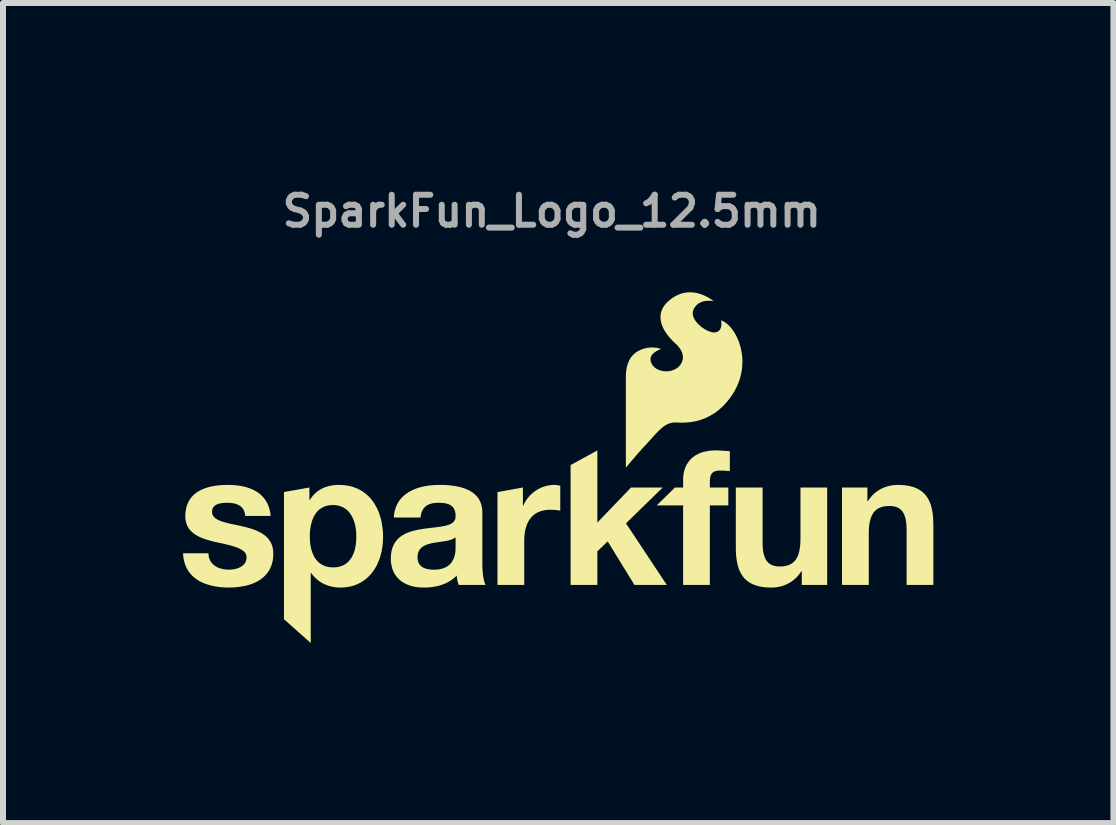
<source format=kicad_pcb>
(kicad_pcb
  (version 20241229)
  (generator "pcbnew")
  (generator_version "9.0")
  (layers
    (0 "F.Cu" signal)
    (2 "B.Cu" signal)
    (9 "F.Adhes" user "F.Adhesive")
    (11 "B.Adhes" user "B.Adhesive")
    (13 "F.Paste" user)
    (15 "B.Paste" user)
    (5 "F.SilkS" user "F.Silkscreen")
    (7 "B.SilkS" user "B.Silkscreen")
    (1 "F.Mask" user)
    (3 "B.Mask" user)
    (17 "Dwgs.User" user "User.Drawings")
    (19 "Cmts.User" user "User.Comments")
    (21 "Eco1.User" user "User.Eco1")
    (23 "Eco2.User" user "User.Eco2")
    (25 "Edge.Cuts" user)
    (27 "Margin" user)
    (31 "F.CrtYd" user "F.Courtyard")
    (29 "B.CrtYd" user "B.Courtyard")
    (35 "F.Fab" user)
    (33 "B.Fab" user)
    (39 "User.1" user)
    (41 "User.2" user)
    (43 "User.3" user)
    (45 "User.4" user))
  (footprint "SparkFun_Logo_12.5mm"
    (layer "F.Cu")
    (at 6.143 5.792)
    (property "Reference" "SparkFun_Logo_12.5mm" (at 0 -5.324 0) (layer "F.Fab") (effects (font (size 0.5 0.5) (thickness 0.1))))
    (attr board_only exclude_from_pos_files exclude_from_bom)
    (fp_poly (pts (xy 0.759 -0.136) (xy 1.32 -0.72) (xy 1.848 -0.72) (xy 1.236 -0.123) (xy 1.916 0.903) (xy 1.377 0.903) (xy 0.931 0.178) (xy 0.759 0.344) (xy 0.759 0.903) (xy 0.313 0.903) (xy 0.313 -1.094) (xy 0.759 -1.338)) (stroke (width 0) (type solid)) (fill yes) (layer "F.SilkS"))
    (fp_poly (pts (xy 0.05 -0.764) (xy 0.056 -0.763) (xy 0.062 -0.763) (xy 0.069 -0.762) (xy 0.081 -0.761) (xy 0.093 -0.759) (xy 0.105 -0.757) (xy 0.117 -0.754) (xy 0.129 -0.751) (xy 0.141 -0.748) (xy 0.141 -0.334) (xy 0.124 -0.337) (xy 0.106 -0.34) (xy 0.086 -0.343) (xy 0.065 -0.345) (xy 0.044 -0.347) (xy 0.022 -0.348) (xy 0.001 -0.349) (xy -0.019 -0.349) (xy -0.05 -0.349) (xy -0.079 -0.347) (xy -0.106 -0.343) (xy -0.133 -0.339) (xy -0.158 -0.333) (xy -0.182 -0.326) (xy -0.205 -0.318) (xy -0.227 -0.308) (xy -0.248 -0.298) (xy -0.267 -0.287) (xy -0.286 -0.274) (xy -0.303 -0.261) (xy -0.32 -0.246) (xy -0.335 -0.231) (xy -0.349 -0.214) (xy -0.363 -0.197) (xy -0.375 -0.179) (xy -0.387 -0.16) (xy -0.397 -0.14) (xy -0.407 -0.12) (xy -0.415 -0.099) (xy -0.423 -0.077) (xy -0.43 -0.055) (xy -0.437 -0.031) (xy -0.442 -0.008) (xy -0.447 0.016) (xy -0.454 0.066) (xy -0.458 0.118) (xy -0.459 0.172) (xy -0.459 0.903) (xy -0.905 0.903) (xy -0.905 -0.644) (xy -0.481 -0.72) (xy -0.481 -0.418) (xy -0.475 -0.418) (xy -0.466 -0.437) (xy -0.457 -0.456) (xy -0.448 -0.474) (xy -0.437 -0.492) (xy -0.426 -0.509) (xy -0.415 -0.526) (xy -0.402 -0.542) (xy -0.389 -0.558) (xy -0.376 -0.574) (xy -0.362 -0.589) (xy -0.347 -0.603) (xy -0.332 -0.617) (xy -0.317 -0.631) (xy -0.301 -0.644) (xy -0.284 -0.656) (xy -0.267 -0.667) (xy -0.25 -0.679) (xy -0.233 -0.689) (xy -0.215 -0.699) (xy -0.196 -0.708) (xy -0.178 -0.717) (xy -0.159 -0.725) (xy -0.139 -0.732) (xy -0.12 -0.738) (xy -0.1 -0.744) (xy -0.08 -0.749) (xy -0.06 -0.754) (xy -0.04 -0.757) (xy -0.019 -0.76) (xy 0.002 -0.762) (xy 0.022 -0.763) (xy 0.043 -0.764)) (stroke (width 0) (type solid)) (fill yes) (layer "F.SilkS"))
    (fp_poly (pts (xy 2.76 -1.338) (xy 2.79 -1.336) (xy 2.82 -1.335) (xy 2.85 -1.333) (xy 2.909 -1.329) (xy 2.938 -1.327) (xy 2.966 -1.325) (xy 2.966 -0.993) (xy 2.946 -0.995) (xy 2.926 -0.997) (xy 2.905 -0.999) (xy 2.885 -1) (xy 2.864 -1.001) (xy 2.843 -1.002) (xy 2.823 -1.002) (xy 2.803 -1.002) (xy 2.781 -1.002) (xy 2.771 -1.001) (xy 2.761 -1) (xy 2.751 -0.998) (xy 2.742 -0.997) (xy 2.733 -0.995) (xy 2.725 -0.992) (xy 2.717 -0.99) (xy 2.709 -0.986) (xy 2.702 -0.983) (xy 2.696 -0.979) (xy 2.689 -0.975) (xy 2.683 -0.97) (xy 2.678 -0.966) (xy 2.672 -0.96) (xy 2.667 -0.954) (xy 2.663 -0.948) (xy 2.659 -0.942) (xy 2.655 -0.935) (xy 2.651 -0.928) (xy 2.648 -0.92) (xy 2.645 -0.911) (xy 2.643 -0.903) (xy 2.64 -0.894) (xy 2.639 -0.884) (xy 2.637 -0.874) (xy 2.636 -0.864) (xy 2.634 -0.841) (xy 2.633 -0.817) (xy 2.633 -0.72) (xy 2.941 -0.72) (xy 2.941 -0.422) (xy 2.633 -0.422) (xy 2.633 0.903) (xy 2.188 0.903) (xy 2.188 -0.422) (xy 1.748 -0.422) (xy 2.052 -0.72) (xy 2.188 -0.72) (xy 2.188 -0.845) (xy 2.188 -0.872) (xy 2.19 -0.898) (xy 2.192 -0.924) (xy 2.196 -0.949) (xy 2.201 -0.974) (xy 2.207 -0.998) (xy 2.213 -1.021) (xy 2.221 -1.044) (xy 2.23 -1.066) (xy 2.24 -1.087) (xy 2.251 -1.108) (xy 2.264 -1.128) (xy 2.277 -1.147) (xy 2.291 -1.165) (xy 2.306 -1.183) (xy 2.323 -1.2) (xy 2.34 -1.216) (xy 2.359 -1.231) (xy 2.378 -1.245) (xy 2.399 -1.258) (xy 2.421 -1.27) (xy 2.444 -1.282) (xy 2.467 -1.292) (xy 2.492 -1.302) (xy 2.518 -1.31) (xy 2.545 -1.317) (xy 2.574 -1.323) (xy 2.603 -1.329) (xy 2.633 -1.333) (xy 2.665 -1.336) (xy 2.697 -1.337) (xy 2.731 -1.338)) (stroke (width 0) (type solid)) (fill yes) (layer "F.SilkS"))
    (fp_poly (pts (xy 3.512 0.197) (xy 3.513 0.245) (xy 3.516 0.29) (xy 3.52 0.333) (xy 3.527 0.372) (xy 3.536 0.407) (xy 3.547 0.44) (xy 3.553 0.455) (xy 3.56 0.47) (xy 3.568 0.483) (xy 3.576 0.496) (xy 3.585 0.508) (xy 3.594 0.519) (xy 3.604 0.53) (xy 3.615 0.54) (xy 3.626 0.548) (xy 3.638 0.557) (xy 3.651 0.564) (xy 3.664 0.571) (xy 3.678 0.576) (xy 3.693 0.581) (xy 3.708 0.586) (xy 3.725 0.589) (xy 3.742 0.592) (xy 3.759 0.594) (xy 3.778 0.595) (xy 3.797 0.595) (xy 3.82 0.595) (xy 3.841 0.594) (xy 3.862 0.592) (xy 3.882 0.589) (xy 3.901 0.585) (xy 3.919 0.581) (xy 3.937 0.575) (xy 3.953 0.569) (xy 3.969 0.562) (xy 3.985 0.554) (xy 3.999 0.545) (xy 4.013 0.535) (xy 4.026 0.524) (xy 4.038 0.513) (xy 4.05 0.5) (xy 4.061 0.487) (xy 4.071 0.472) (xy 4.08 0.457) (xy 4.089 0.44) (xy 4.097 0.423) (xy 4.105 0.404) (xy 4.111 0.385) (xy 4.117 0.364) (xy 4.123 0.342) (xy 4.127 0.32) (xy 4.131 0.296) (xy 4.135 0.271) (xy 4.138 0.245) (xy 4.14 0.218) (xy 4.141 0.19) (xy 4.143 0.131) (xy 4.143 -0.72) (xy 4.588 -0.72) (xy 4.588 0.903) (xy 4.165 0.903) (xy 4.165 0.677) (xy 4.155 0.677) (xy 4.144 0.694) (xy 4.133 0.71) (xy 4.121 0.726) (xy 4.109 0.742) (xy 4.097 0.756) (xy 4.084 0.771) (xy 4.07 0.784) (xy 4.057 0.797) (xy 4.042 0.81) (xy 4.028 0.822) (xy 4.013 0.833) (xy 3.998 0.844) (xy 3.967 0.864) (xy 3.936 0.881) (xy 3.903 0.897) (xy 3.869 0.91) (xy 3.835 0.922) (xy 3.8 0.931) (xy 3.765 0.938) (xy 3.73 0.943) (xy 3.695 0.946) (xy 3.659 0.947) (xy 3.616 0.946) (xy 3.574 0.944) (xy 3.535 0.94) (xy 3.498 0.935) (xy 3.462 0.928) (xy 3.428 0.92) (xy 3.397 0.91) (xy 3.367 0.899) (xy 3.338 0.887) (xy 3.312 0.873) (xy 3.287 0.858) (xy 3.263 0.841) (xy 3.241 0.824) (xy 3.221 0.805) (xy 3.202 0.785) (xy 3.185 0.763) (xy 3.169 0.741) (xy 3.154 0.717) (xy 3.141 0.692) (xy 3.129 0.667) (xy 3.118 0.64) (xy 3.108 0.612) (xy 3.1 0.583) (xy 3.092 0.552) (xy 3.08 0.489) (xy 3.072 0.423) (xy 3.067 0.352) (xy 3.066 0.279) (xy 3.066 -0.72) (xy 3.512 -0.72)) (stroke (width 0) (type solid)) (fill yes) (layer "F.SilkS"))
    (fp_poly (pts (xy 5.807 -0.763) (xy 5.848 -0.76) (xy 5.888 -0.757) (xy 5.925 -0.751) (xy 5.961 -0.744) (xy 5.994 -0.736) (xy 6.026 -0.727) (xy 6.056 -0.716) (xy 6.085 -0.703) (xy 6.111 -0.689) (xy 6.136 -0.674) (xy 6.16 -0.658) (xy 6.181 -0.64) (xy 6.202 -0.621) (xy 6.221 -0.601) (xy 6.238 -0.58) (xy 6.254 -0.557) (xy 6.269 -0.534) (xy 6.282 -0.509) (xy 6.294 -0.483) (xy 6.305 -0.456) (xy 6.315 -0.428) (xy 6.323 -0.399) (xy 6.331 -0.369) (xy 6.343 -0.306) (xy 6.351 -0.239) (xy 6.355 -0.169) (xy 6.357 -0.095) (xy 6.357 0.903) (xy 5.911 0.903) (xy 5.911 -0.013) (xy 5.91 -0.062) (xy 5.907 -0.107) (xy 5.903 -0.149) (xy 5.896 -0.188) (xy 5.887 -0.224) (xy 5.876 -0.257) (xy 5.87 -0.272) (xy 5.863 -0.286) (xy 5.855 -0.3) (xy 5.847 -0.313) (xy 5.838 -0.325) (xy 5.829 -0.336) (xy 5.819 -0.347) (xy 5.808 -0.356) (xy 5.797 -0.365) (xy 5.785 -0.373) (xy 5.772 -0.381) (xy 5.759 -0.387) (xy 5.745 -0.393) (xy 5.73 -0.398) (xy 5.714 -0.402) (xy 5.698 -0.406) (xy 5.681 -0.409) (xy 5.663 -0.41) (xy 5.645 -0.412) (xy 5.625 -0.412) (xy 5.603 -0.412) (xy 5.582 -0.41) (xy 5.561 -0.408) (xy 5.541 -0.406) (xy 5.522 -0.402) (xy 5.504 -0.397) (xy 5.486 -0.392) (xy 5.47 -0.386) (xy 5.454 -0.379) (xy 5.438 -0.371) (xy 5.424 -0.362) (xy 5.41 -0.352) (xy 5.397 -0.341) (xy 5.385 -0.33) (xy 5.373 -0.317) (xy 5.362 -0.303) (xy 5.352 -0.289) (xy 5.343 -0.273) (xy 5.334 -0.257) (xy 5.326 -0.239) (xy 5.319 -0.221) (xy 5.312 -0.201) (xy 5.306 -0.181) (xy 5.3 -0.159) (xy 5.296 -0.136) (xy 5.292 -0.113) (xy 5.288 -0.088) (xy 5.285 -0.062) (xy 5.283 -0.035) (xy 5.282 -0.007) (xy 5.281 0.053) (xy 5.281 0.903) (xy 4.835 0.903) (xy 4.835 -0.72) (xy 5.258 -0.72) (xy 5.258 -0.494) (xy 5.268 -0.494) (xy 5.279 -0.511) (xy 5.29 -0.527) (xy 5.302 -0.543) (xy 5.314 -0.558) (xy 5.326 -0.573) (xy 5.339 -0.587) (xy 5.353 -0.601) (xy 5.366 -0.614) (xy 5.38 -0.626) (xy 5.395 -0.638) (xy 5.41 -0.65) (xy 5.425 -0.66) (xy 5.455 -0.68) (xy 5.487 -0.698) (xy 5.52 -0.713) (xy 5.554 -0.727) (xy 5.588 -0.738) (xy 5.622 -0.747) (xy 5.658 -0.754) (xy 5.693 -0.759) (xy 5.728 -0.762) (xy 5.764 -0.763)) (stroke (width 0) (type solid)) (fill yes) (layer "F.SilkS"))
    (fp_poly (pts (xy -3.502 -0.762) (xy -3.456 -0.759) (xy -3.413 -0.753) (xy -3.371 -0.745) (xy -3.33 -0.735) (xy -3.292 -0.722) (xy -3.254 -0.708) (xy -3.219 -0.692) (xy -3.185 -0.674) (xy -3.152 -0.654) (xy -3.121 -0.632) (xy -3.092 -0.609) (xy -3.064 -0.584) (xy -3.037 -0.558) (xy -3.012 -0.53) (xy -2.989 -0.5) (xy -2.967 -0.469) (xy -2.947 -0.437) (xy -2.928 -0.404) (xy -2.91 -0.37) (xy -2.894 -0.334) (xy -2.879 -0.298) (xy -2.866 -0.26) (xy -2.855 -0.222) (xy -2.844 -0.183) (xy -2.835 -0.143) (xy -2.822 -0.061) (xy -2.813 0.023) (xy -2.811 0.109) (xy -2.814 0.19) (xy -2.822 0.269) (xy -2.836 0.347) (xy -2.855 0.423) (xy -2.88 0.495) (xy -2.91 0.565) (xy -2.928 0.598) (xy -2.946 0.63) (xy -2.967 0.661) (xy -2.988 0.69) (xy -3.011 0.719) (xy -3.035 0.746) (xy -3.061 0.772) (xy -3.088 0.796) (xy -3.117 0.819) (xy -3.147 0.84) (xy -3.178 0.859) (xy -3.211 0.877) (xy -3.245 0.893) (xy -3.28 0.907) (xy -3.317 0.919) (xy -3.356 0.929) (xy -3.395 0.937) (xy -3.437 0.942) (xy -3.479 0.946) (xy -3.523 0.947) (xy -3.56 0.946) (xy -3.596 0.943) (xy -3.632 0.938) (xy -3.667 0.931) (xy -3.702 0.922) (xy -3.735 0.912) (xy -3.768 0.899) (xy -3.8 0.885) (xy -3.83 0.868) (xy -3.86 0.85) (xy -3.888 0.83) (xy -3.915 0.808) (xy -3.941 0.784) (xy -3.965 0.759) (xy -3.988 0.732) (xy -4.01 0.702) (xy -4.016 0.702) (xy -4.016 1.871) (xy -4.462 1.474) (xy -4.462 0.096) (xy -4.032 0.096) (xy -4.03 0.146) (xy -4.027 0.194) (xy -4.021 0.242) (xy -4.012 0.288) (xy -4 0.333) (xy -3.985 0.375) (xy -3.967 0.415) (xy -3.957 0.434) (xy -3.946 0.453) (xy -3.934 0.47) (xy -3.921 0.487) (xy -3.907 0.503) (xy -3.893 0.518) (xy -3.877 0.532) (xy -3.861 0.545) (xy -3.844 0.557) (xy -3.825 0.568) (xy -3.806 0.577) (xy -3.786 0.586) (xy -3.765 0.593) (xy -3.742 0.6) (xy -3.719 0.605) (xy -3.695 0.608) (xy -3.669 0.61) (xy -3.642 0.611) (xy -3.616 0.61) (xy -3.59 0.608) (xy -3.566 0.605) (xy -3.542 0.6) (xy -3.52 0.593) (xy -3.498 0.586) (xy -3.478 0.577) (xy -3.459 0.568) (xy -3.441 0.557) (xy -3.424 0.545) (xy -3.407 0.532) (xy -3.392 0.518) (xy -3.378 0.503) (xy -3.364 0.487) (xy -3.352 0.47) (xy -3.34 0.453) (xy -3.329 0.434) (xy -3.319 0.415) (xy -3.31 0.395) (xy -3.302 0.375) (xy -3.294 0.354) (xy -3.287 0.333) (xy -3.281 0.311) (xy -3.276 0.288) (xy -3.267 0.242) (xy -3.261 0.194) (xy -3.258 0.146) (xy -3.257 0.096) (xy -3.258 0.048) (xy -3.262 -0.001) (xy -3.268 -0.049) (xy -3.277 -0.095) (xy -3.289 -0.141) (xy -3.304 -0.184) (xy -3.323 -0.225) (xy -3.333 -0.244) (xy -3.344 -0.263) (xy -3.356 -0.281) (xy -3.369 -0.299) (xy -3.382 -0.315) (xy -3.397 -0.331) (xy -3.412 -0.345) (xy -3.429 -0.359) (xy -3.446 -0.371) (xy -3.464 -0.382) (xy -3.483 -0.393) (xy -3.504 -0.402) (xy -3.525 -0.409) (xy -3.547 -0.416) (xy -3.57 -0.421) (xy -3.594 -0.425) (xy -3.619 -0.427) (xy -3.646 -0.428) (xy -3.672 -0.427) (xy -3.698 -0.425) (xy -3.723 -0.421) (xy -3.746 -0.416) (xy -3.768 -0.41) (xy -3.79 -0.402) (xy -3.81 -0.393) (xy -3.829 -0.383) (xy -3.847 -0.372) (xy -3.865 -0.359) (xy -3.881 -0.346) (xy -3.896 -0.331) (xy -3.91 -0.316) (xy -3.924 -0.3) (xy -3.936 -0.282) (xy -3.948 -0.264) (xy -3.959 -0.246) (xy -3.969 -0.226) (xy -3.978 -0.206) (xy -3.987 -0.185) (xy -3.994 -0.164) (xy -4.001 -0.142) (xy -4.007 -0.119) (xy -4.012 -0.097) (xy -4.021 -0.05) (xy -4.027 -0.002) (xy -4.031 0.047) (xy -4.032 0.096) (xy -4.462 0.096) (xy -4.462 -0.644) (xy -4.038 -0.72) (xy -4.038 -0.513) (xy -4.032 -0.513) (xy -4.021 -0.529) (xy -4.01 -0.544) (xy -3.999 -0.559) (xy -3.988 -0.574) (xy -3.976 -0.588) (xy -3.963 -0.601) (xy -3.951 -0.614) (xy -3.938 -0.626) (xy -3.925 -0.638) (xy -3.911 -0.649) (xy -3.898 -0.659) (xy -3.883 -0.669) (xy -3.869 -0.679) (xy -3.854 -0.688) (xy -3.839 -0.696) (xy -3.824 -0.704) (xy -3.809 -0.711) (xy -3.793 -0.718) (xy -3.761 -0.73) (xy -3.727 -0.741) (xy -3.693 -0.749) (xy -3.658 -0.755) (xy -3.622 -0.76) (xy -3.586 -0.763) (xy -3.548 -0.763)) (stroke (width 0) (type solid)) (fill yes) (layer "F.SilkS"))
    (fp_poly (pts (xy -1.808 -0.763) (xy -1.746 -0.76) (xy -1.684 -0.754) (xy -1.622 -0.746) (xy -1.561 -0.735) (xy -1.502 -0.72) (xy -1.446 -0.702) (xy -1.392 -0.679) (xy -1.367 -0.666) (xy -1.342 -0.651) (xy -1.319 -0.636) (xy -1.297 -0.619) (xy -1.277 -0.601) (xy -1.257 -0.582) (xy -1.239 -0.561) (xy -1.223 -0.539) (xy -1.208 -0.515) (xy -1.195 -0.489) (xy -1.184 -0.462) (xy -1.174 -0.434) (xy -1.167 -0.404) (xy -1.161 -0.372) (xy -1.158 -0.338) (xy -1.157 -0.302) (xy -1.157 0.542) (xy -1.156 0.597) (xy -1.154 0.652) (xy -1.15 0.704) (xy -1.144 0.753) (xy -1.14 0.777) (xy -1.136 0.799) (xy -1.132 0.82) (xy -1.127 0.84) (xy -1.121 0.858) (xy -1.115 0.875) (xy -1.108 0.89) (xy -1.101 0.903) (xy -1.552 0.903) (xy -1.558 0.884) (xy -1.563 0.865) (xy -1.568 0.845) (xy -1.573 0.826) (xy -1.577 0.806) (xy -1.58 0.786) (xy -1.583 0.766) (xy -1.584 0.746) (xy -1.611 0.773) (xy -1.64 0.797) (xy -1.67 0.82) (xy -1.701 0.84) (xy -1.733 0.858) (xy -1.766 0.875) (xy -1.8 0.889) (xy -1.835 0.902) (xy -1.87 0.913) (xy -1.906 0.922) (xy -1.943 0.93) (xy -1.98 0.936) (xy -2.017 0.941) (xy -2.055 0.944) (xy -2.093 0.946) (xy -2.13 0.947) (xy -2.188 0.945) (xy -2.243 0.94) (xy -2.297 0.931) (xy -2.348 0.918) (xy -2.372 0.91) (xy -2.396 0.901) (xy -2.419 0.892) (xy -2.442 0.881) (xy -2.463 0.869) (xy -2.484 0.857) (xy -2.504 0.843) (xy -2.523 0.829) (xy -2.541 0.813) (xy -2.558 0.797) (xy -2.574 0.779) (xy -2.59 0.761) (xy -2.604 0.741) (xy -2.617 0.721) (xy -2.629 0.699) (xy -2.64 0.677) (xy -2.65 0.653) (xy -2.658 0.629) (xy -2.665 0.603) (xy -2.671 0.577) (xy -2.676 0.549) (xy -2.68 0.521) (xy -2.682 0.491) (xy -2.682 0.46) (xy -2.681 0.442) (xy -2.237 0.442) (xy -2.237 0.457) (xy -2.236 0.471) (xy -2.234 0.485) (xy -2.231 0.498) (xy -2.228 0.51) (xy -2.224 0.522) (xy -2.22 0.533) (xy -2.215 0.543) (xy -2.209 0.553) (xy -2.203 0.562) (xy -2.196 0.571) (xy -2.189 0.579) (xy -2.181 0.587) (xy -2.173 0.594) (xy -2.164 0.6) (xy -2.155 0.607) (xy -2.145 0.612) (xy -2.135 0.617) (xy -2.124 0.622) (xy -2.114 0.626) (xy -2.103 0.63) (xy -2.091 0.634) (xy -2.079 0.637) (xy -2.067 0.639) (xy -2.043 0.644) (xy -2.017 0.647) (xy -1.99 0.648) (xy -1.964 0.649) (xy -1.932 0.648) (xy -1.902 0.646) (xy -1.874 0.642) (xy -1.848 0.637) (xy -1.824 0.631) (xy -1.801 0.623) (xy -1.78 0.614) (xy -1.76 0.605) (xy -1.742 0.594) (xy -1.726 0.582) (xy -1.71 0.57) (xy -1.696 0.557) (xy -1.684 0.544) (xy -1.672 0.529) (xy -1.662 0.515) (xy -1.653 0.5) (xy -1.644 0.484) (xy -1.637 0.469) (xy -1.631 0.453) (xy -1.625 0.438) (xy -1.616 0.406) (xy -1.61 0.376) (xy -1.606 0.347) (xy -1.604 0.32) (xy -1.603 0.275) (xy -1.603 0.109) (xy -1.61 0.115) (xy -1.618 0.121) (xy -1.626 0.126) (xy -1.635 0.131) (xy -1.653 0.14) (xy -1.673 0.148) (xy -1.694 0.155) (xy -1.717 0.161) (xy -1.74 0.167) (xy -1.764 0.171) (xy -1.973 0.203) (xy -1.999 0.208) (xy -2.024 0.214) (xy -2.049 0.221) (xy -2.073 0.228) (xy -2.096 0.237) (xy -2.117 0.247) (xy -2.138 0.258) (xy -2.148 0.264) (xy -2.157 0.271) (xy -2.166 0.278) (xy -2.174 0.285) (xy -2.182 0.293) (xy -2.19 0.301) (xy -2.197 0.31) (xy -2.204 0.319) (xy -2.21 0.329) (xy -2.215 0.339) (xy -2.22 0.35) (xy -2.225 0.361) (xy -2.228 0.373) (xy -2.231 0.386) (xy -2.234 0.399) (xy -2.236 0.412) (xy -2.237 0.427) (xy -2.237 0.442) (xy -2.681 0.442) (xy -2.679 0.395) (xy -2.669 0.335) (xy -2.654 0.281) (xy -2.634 0.233) (xy -2.608 0.19) (xy -2.579 0.153) (xy -2.546 0.119) (xy -2.509 0.09) (xy -2.469 0.065) (xy -2.426 0.043) (xy -2.38 0.025) (xy -2.333 0.009) (xy -2.285 -0.004) (xy -2.235 -0.015) (xy -2.133 -0.033) (xy -1.935 -0.057) (xy -1.844 -0.069) (xy -1.763 -0.085) (xy -1.727 -0.096) (xy -1.695 -0.108) (xy -1.667 -0.123) (xy -1.644 -0.141) (xy -1.625 -0.162) (xy -1.612 -0.186) (xy -1.604 -0.214) (xy -1.603 -0.246) (xy -1.603 -0.263) (xy -1.604 -0.279) (xy -1.606 -0.295) (xy -1.609 -0.309) (xy -1.612 -0.323) (xy -1.616 -0.336) (xy -1.621 -0.348) (xy -1.626 -0.359) (xy -1.632 -0.37) (xy -1.638 -0.38) (xy -1.645 -0.389) (xy -1.653 -0.398) (xy -1.661 -0.406) (xy -1.67 -0.413) (xy -1.679 -0.42) (xy -1.688 -0.426) (xy -1.699 -0.432) (xy -1.709 -0.437) (xy -1.72 -0.442) (xy -1.731 -0.446) (xy -1.743 -0.449) (xy -1.755 -0.452) (xy -1.768 -0.455) (xy -1.78 -0.458) (xy -1.807 -0.461) (xy -1.834 -0.464) (xy -1.862 -0.465) (xy -1.892 -0.466) (xy -1.923 -0.465) (xy -1.953 -0.462) (xy -1.982 -0.458) (xy -2.008 -0.452) (xy -2.021 -0.448) (xy -2.033 -0.444) (xy -2.045 -0.439) (xy -2.057 -0.434) (xy -2.068 -0.429) (xy -2.078 -0.423) (xy -2.088 -0.416) (xy -2.098 -0.409) (xy -2.107 -0.401) (xy -2.116 -0.393) (xy -2.124 -0.384) (xy -2.132 -0.375) (xy -2.139 -0.365) (xy -2.146 -0.355) (xy -2.152 -0.344) (xy -2.158 -0.333) (xy -2.164 -0.321) (xy -2.168 -0.308) (xy -2.173 -0.295) (xy -2.177 -0.281) (xy -2.18 -0.267) (xy -2.183 -0.252) (xy -2.185 -0.237) (xy -2.187 -0.22) (xy -2.632 -0.22) (xy -2.629 -0.258) (xy -2.624 -0.295) (xy -2.617 -0.33) (xy -2.607 -0.363) (xy -2.597 -0.394) (xy -2.584 -0.424) (xy -2.57 -0.453) (xy -2.554 -0.48) (xy -2.537 -0.506) (xy -2.518 -0.53) (xy -2.498 -0.553) (xy -2.476 -0.574) (xy -2.453 -0.594) (xy -2.429 -0.613) (xy -2.404 -0.631) (xy -2.378 -0.647) (xy -2.351 -0.662) (xy -2.323 -0.676) (xy -2.294 -0.689) (xy -2.264 -0.701) (xy -2.234 -0.711) (xy -2.203 -0.721) (xy -2.171 -0.729) (xy -2.139 -0.737) (xy -2.073 -0.749) (xy -2.006 -0.757) (xy -1.938 -0.762) (xy -1.87 -0.763)) (stroke (width 0) (type solid)) (fill yes) (layer "F.SilkS"))
    (fp_poly (pts (xy -5.334 -0.762) (xy -5.269 -0.758) (xy -5.206 -0.75) (xy -5.144 -0.739) (xy -5.085 -0.724) (xy -5.028 -0.705) (xy -4.974 -0.682) (xy -4.948 -0.668) (xy -4.923 -0.654) (xy -4.899 -0.639) (xy -4.876 -0.622) (xy -4.854 -0.604) (xy -4.833 -0.585) (xy -4.813 -0.564) (xy -4.794 -0.542) (xy -4.777 -0.519) (xy -4.761 -0.495) (xy -4.746 -0.469) (xy -4.732 -0.441) (xy -4.721 -0.413) (xy -4.71 -0.382) (xy -4.701 -0.35) (xy -4.694 -0.317) (xy -4.688 -0.282) (xy -4.684 -0.246) (xy -5.107 -0.246) (xy -5.109 -0.261) (xy -5.111 -0.276) (xy -5.114 -0.291) (xy -5.118 -0.305) (xy -5.122 -0.318) (xy -5.127 -0.33) (xy -5.132 -0.342) (xy -5.138 -0.353) (xy -5.144 -0.363) (xy -5.151 -0.373) (xy -5.159 -0.382) (xy -5.167 -0.391) (xy -5.176 -0.399) (xy -5.185 -0.407) (xy -5.194 -0.414) (xy -5.204 -0.42) (xy -5.215 -0.426) (xy -5.226 -0.432) (xy -5.237 -0.437) (xy -5.249 -0.441) (xy -5.261 -0.446) (xy -5.273 -0.449) (xy -5.286 -0.453) (xy -5.299 -0.455) (xy -5.326 -0.46) (xy -5.353 -0.463) (xy -5.382 -0.465) (xy -5.412 -0.466) (xy -5.431 -0.465) (xy -5.452 -0.465) (xy -5.472 -0.463) (xy -5.493 -0.461) (xy -5.514 -0.458) (xy -5.535 -0.453) (xy -5.555 -0.448) (xy -5.574 -0.441) (xy -5.583 -0.437) (xy -5.592 -0.432) (xy -5.6 -0.427) (xy -5.608 -0.422) (xy -5.616 -0.416) (xy -5.623 -0.409) (xy -5.629 -0.403) (xy -5.636 -0.395) (xy -5.641 -0.387) (xy -5.646 -0.379) (xy -5.65 -0.37) (xy -5.654 -0.36) (xy -5.656 -0.349) (xy -5.658 -0.338) (xy -5.66 -0.327) (xy -5.66 -0.315) (xy -5.659 -0.3) (xy -5.657 -0.286) (xy -5.654 -0.273) (xy -5.649 -0.261) (xy -5.643 -0.249) (xy -5.635 -0.238) (xy -5.626 -0.228) (xy -5.616 -0.218) (xy -5.606 -0.209) (xy -5.593 -0.2) (xy -5.58 -0.191) (xy -5.566 -0.184) (xy -5.551 -0.176) (xy -5.536 -0.169) (xy -5.519 -0.163) (xy -5.502 -0.156) (xy -5.464 -0.144) (xy -5.425 -0.134) (xy -5.383 -0.123) (xy -5.339 -0.113) (xy -5.248 -0.094) (xy -5.202 -0.084) (xy -5.155 -0.073) (xy -5.106 -0.062) (xy -5.058 -0.049) (xy -5.01 -0.035) (xy -4.964 -0.019) (xy -4.92 -0.002) (xy -4.877 0.018) (xy -4.837 0.04) (xy -4.8 0.064) (xy -4.782 0.077) (xy -4.765 0.091) (xy -4.749 0.106) (xy -4.734 0.121) (xy -4.72 0.138) (xy -4.707 0.155) (xy -4.695 0.173) (xy -4.684 0.192) (xy -4.674 0.212) (xy -4.665 0.233) (xy -4.658 0.255) (xy -4.651 0.279) (xy -4.646 0.303) (xy -4.643 0.328) (xy -4.641 0.354) (xy -4.64 0.382) (xy -4.641 0.421) (xy -4.644 0.459) (xy -4.649 0.495) (xy -4.657 0.529) (xy -4.666 0.562) (xy -4.677 0.593) (xy -4.689 0.622) (xy -4.704 0.65) (xy -4.72 0.677) (xy -4.738 0.702) (xy -4.757 0.726) (xy -4.777 0.748) (xy -4.799 0.769) (xy -4.823 0.789) (xy -4.847 0.808) (xy -4.873 0.825) (xy -4.899 0.841) (xy -4.927 0.855) (xy -4.955 0.869) (xy -4.985 0.881) (xy -5.015 0.892) (xy -5.046 0.902) (xy -5.078 0.911) (xy -5.11 0.919) (xy -5.176 0.931) (xy -5.243 0.94) (xy -5.312 0.945) (xy -5.381 0.947) (xy -5.451 0.945) (xy -5.521 0.94) (xy -5.59 0.931) (xy -5.656 0.918) (xy -5.721 0.901) (xy -5.783 0.88) (xy -5.842 0.854) (xy -5.87 0.839) (xy -5.897 0.823) (xy -5.923 0.805) (xy -5.948 0.787) (xy -5.972 0.767) (xy -5.994 0.746) (xy -6.015 0.723) (xy -6.035 0.699) (xy -6.054 0.673) (xy -6.07 0.647) (xy -6.086 0.618) (xy -6.099 0.588) (xy -6.111 0.557) (xy -6.121 0.524) (xy -6.13 0.489) (xy -6.136 0.453) (xy -6.141 0.415) (xy -6.143 0.376) (xy -5.72 0.376) (xy -5.719 0.393) (xy -5.718 0.41) (xy -5.715 0.427) (xy -5.712 0.442) (xy -5.708 0.458) (xy -5.703 0.472) (xy -5.697 0.486) (xy -5.691 0.499) (xy -5.683 0.512) (xy -5.675 0.524) (xy -5.666 0.535) (xy -5.657 0.546) (xy -5.647 0.557) (xy -5.636 0.566) (xy -5.625 0.575) (xy -5.613 0.584) (xy -5.601 0.592) (xy -5.588 0.6) (xy -5.575 0.607) (xy -5.562 0.613) (xy -5.548 0.619) (xy -5.533 0.624) (xy -5.519 0.629) (xy -5.504 0.633) (xy -5.489 0.637) (xy -5.473 0.64) (xy -5.442 0.645) (xy -5.41 0.648) (xy -5.377 0.649) (xy -5.353 0.648) (xy -5.329 0.646) (xy -5.304 0.643) (xy -5.279 0.639) (xy -5.254 0.632) (xy -5.23 0.625) (xy -5.207 0.615) (xy -5.184 0.604) (xy -5.174 0.598) (xy -5.164 0.591) (xy -5.154 0.584) (xy -5.145 0.576) (xy -5.136 0.568) (xy -5.128 0.559) (xy -5.12 0.55) (xy -5.113 0.54) (xy -5.107 0.53) (xy -5.102 0.519) (xy -5.097 0.508) (xy -5.093 0.496) (xy -5.09 0.483) (xy -5.087 0.47) (xy -5.086 0.456) (xy -5.086 0.442) (xy -5.086 0.43) (xy -5.088 0.418) (xy -5.09 0.406) (xy -5.094 0.395) (xy -5.099 0.384) (xy -5.105 0.374) (xy -5.112 0.364) (xy -5.12 0.355) (xy -5.129 0.346) (xy -5.139 0.337) (xy -5.15 0.329) (xy -5.162 0.32) (xy -5.175 0.313) (xy -5.189 0.305) (xy -5.204 0.298) (xy -5.219 0.29) (xy -5.236 0.283) (xy -5.254 0.277) (xy -5.272 0.27) (xy -5.292 0.264) (xy -5.333 0.251) (xy -5.378 0.239) (xy -5.427 0.227) (xy -5.478 0.215) (xy -5.533 0.203) (xy -5.591 0.191) (xy -5.688 0.167) (xy -5.735 0.153) (xy -5.781 0.138) (xy -5.826 0.122) (xy -5.868 0.104) (xy -5.908 0.083) (xy -5.946 0.06) (xy -5.964 0.048) (xy -5.98 0.034) (xy -5.996 0.02) (xy -6.011 0.006) (xy -6.026 -0.01) (xy -6.039 -0.026) (xy -6.051 -0.043) (xy -6.062 -0.061) (xy -6.072 -0.08) (xy -6.08 -0.1) (xy -6.088 -0.121) (xy -6.094 -0.143) (xy -6.099 -0.166) (xy -6.103 -0.191) (xy -6.105 -0.216) (xy -6.106 -0.242) (xy -6.105 -0.28) (xy -6.101 -0.317) (xy -6.096 -0.351) (xy -6.09 -0.384) (xy -6.081 -0.415) (xy -6.07 -0.444) (xy -6.058 -0.472) (xy -6.044 -0.499) (xy -6.029 -0.523) (xy -6.012 -0.547) (xy -5.994 -0.569) (xy -5.974 -0.589) (xy -5.953 -0.609) (xy -5.931 -0.626) (xy -5.908 -0.643) (xy -5.883 -0.658) (xy -5.858 -0.672) (xy -5.831 -0.685) (xy -5.804 -0.697) (xy -5.776 -0.708) (xy -5.747 -0.717) (xy -5.718 -0.726) (xy -5.688 -0.734) (xy -5.657 -0.74) (xy -5.594 -0.751) (xy -5.53 -0.758) (xy -5.465 -0.762) (xy -5.4 -0.763)) (stroke (width 0) (type solid)) (fill yes) (layer "F.SilkS"))
    (fp_poly (pts (xy 2.323 -3.972) (xy 2.352 -3.97) (xy 2.38 -3.966) (xy 2.408 -3.962) (xy 2.434 -3.956) (xy 2.459 -3.949) (xy 2.484 -3.941) (xy 2.508 -3.932) (xy 2.53 -3.923) (xy 2.551 -3.914) (xy 2.571 -3.904) (xy 2.608 -3.884) (xy 2.638 -3.866) (xy 2.663 -3.849) (xy 2.681 -3.835) (xy 2.697 -3.823) (xy 2.688 -3.825) (xy 2.666 -3.828) (xy 2.651 -3.83) (xy 2.633 -3.831) (xy 2.613 -3.832) (xy 2.591 -3.831) (xy 2.568 -3.829) (xy 2.545 -3.826) (xy 2.52 -3.82) (xy 2.508 -3.816) (xy 2.496 -3.812) (xy 2.484 -3.807) (xy 2.472 -3.801) (xy 2.46 -3.795) (xy 2.448 -3.788) (xy 2.437 -3.78) (xy 2.426 -3.771) (xy 2.415 -3.761) (xy 2.405 -3.75) (xy 2.392 -3.735) (xy 2.381 -3.72) (xy 2.371 -3.705) (xy 2.363 -3.689) (xy 2.36 -3.682) (xy 2.357 -3.674) (xy 2.354 -3.665) (xy 2.352 -3.657) (xy 2.35 -3.649) (xy 2.349 -3.641) (xy 2.348 -3.632) (xy 2.348 -3.624) (xy 2.348 -3.615) (xy 2.349 -3.606) (xy 2.35 -3.597) (xy 2.352 -3.588) (xy 2.354 -3.579) (xy 2.357 -3.57) (xy 2.36 -3.561) (xy 2.364 -3.551) (xy 2.368 -3.542) (xy 2.373 -3.532) (xy 2.378 -3.522) (xy 2.384 -3.512) (xy 2.391 -3.502) (xy 2.398 -3.492) (xy 2.414 -3.471) (xy 2.429 -3.454) (xy 2.445 -3.438) (xy 2.463 -3.421) (xy 2.482 -3.405) (xy 2.501 -3.389) (xy 2.522 -3.375) (xy 2.543 -3.361) (xy 2.565 -3.348) (xy 2.587 -3.337) (xy 2.608 -3.327) (xy 2.63 -3.319) (xy 2.651 -3.312) (xy 2.672 -3.307) (xy 2.682 -3.305) (xy 2.692 -3.304) (xy 2.702 -3.304) (xy 2.711 -3.304) (xy 2.72 -3.304) (xy 2.729 -3.306) (xy 2.741 -3.308) (xy 2.752 -3.312) (xy 2.762 -3.316) (xy 2.771 -3.321) (xy 2.779 -3.327) (xy 2.786 -3.333) (xy 2.793 -3.34) (xy 2.799 -3.347) (xy 2.804 -3.355) (xy 2.808 -3.363) (xy 2.812 -3.371) (xy 2.816 -3.379) (xy 2.818 -3.388) (xy 2.821 -3.397) (xy 2.822 -3.406) (xy 2.824 -3.414) (xy 2.825 -3.432) (xy 2.826 -3.448) (xy 2.825 -3.464) (xy 2.824 -3.477) (xy 2.823 -3.489) (xy 2.821 -3.497) (xy 2.82 -3.505) (xy 2.844 -3.496) (xy 2.868 -3.483) (xy 2.892 -3.468) (xy 2.916 -3.45) (xy 2.964 -3.406) (xy 3.009 -3.351) (xy 3.051 -3.288) (xy 3.088 -3.217) (xy 3.121 -3.138) (xy 3.146 -3.053) (xy 3.165 -2.962) (xy 3.171 -2.915) (xy 3.174 -2.867) (xy 3.176 -2.817) (xy 3.174 -2.767) (xy 3.171 -2.717) (xy 3.164 -2.665) (xy 3.154 -2.614) (xy 3.142 -2.561) (xy 3.126 -2.509) (xy 3.106 -2.456) (xy 3.084 -2.403) (xy 3.057 -2.351) (xy 3.027 -2.298) (xy 2.994 -2.246) (xy 2.955 -2.193) (xy 2.914 -2.143) (xy 2.872 -2.096) (xy 2.826 -2.051) (xy 2.779 -2.01) (xy 2.729 -1.972) (xy 2.677 -1.938) (xy 2.622 -1.907) (xy 2.565 -1.879) (xy 2.506 -1.856) (xy 2.444 -1.836) (xy 2.38 -1.821) (xy 2.313 -1.809) (xy 2.243 -1.803) (xy 2.171 -1.8) (xy 2.097 -1.802) (xy 2.077 -1.804) (xy 2.058 -1.804) (xy 2.039 -1.803) (xy 2.021 -1.801) (xy 2.004 -1.799) (xy 1.987 -1.795) (xy 1.971 -1.791) (xy 1.955 -1.786) (xy 1.939 -1.78) (xy 1.924 -1.773) (xy 1.908 -1.765) (xy 1.894 -1.756) (xy 1.864 -1.737) (xy 1.835 -1.714) (xy 1.807 -1.689) (xy 1.778 -1.661) (xy 1.748 -1.631) (xy 1.717 -1.598) (xy 1.578 -1.445) (xy 1.51 -1.371) (xy 1.446 -1.3) (xy 1.388 -1.233) (xy 1.337 -1.173) (xy 1.294 -1.123) (xy 1.262 -1.084) (xy 1.234 -1.051) (xy 1.234 -2.522) (xy 1.234 -2.551) (xy 1.234 -2.579) (xy 1.235 -2.606) (xy 1.237 -2.632) (xy 1.239 -2.657) (xy 1.242 -2.681) (xy 1.246 -2.704) (xy 1.25 -2.726) (xy 1.256 -2.747) (xy 1.261 -2.767) (xy 1.268 -2.786) (xy 1.275 -2.804) (xy 1.282 -2.822) (xy 1.29 -2.839) (xy 1.299 -2.855) (xy 1.308 -2.87) (xy 1.317 -2.884) (xy 1.327 -2.898) (xy 1.338 -2.91) (xy 1.348 -2.923) (xy 1.36 -2.934) (xy 1.371 -2.945) (xy 1.383 -2.955) (xy 1.395 -2.965) (xy 1.408 -2.974) (xy 1.421 -2.983) (xy 1.434 -2.991) (xy 1.448 -2.998) (xy 1.475 -3.011) (xy 1.504 -3.023) (xy 1.519 -3.029) (xy 1.535 -3.034) (xy 1.551 -3.038) (xy 1.566 -3.042) (xy 1.581 -3.045) (xy 1.596 -3.047) (xy 1.611 -3.05) (xy 1.625 -3.051) (xy 1.639 -3.052) (xy 1.652 -3.053) (xy 1.666 -3.053) (xy 1.678 -3.053) (xy 1.691 -3.053) (xy 1.703 -3.052) (xy 1.725 -3.05) (xy 1.746 -3.047) (xy 1.764 -3.044) (xy 1.78 -3.04) (xy 1.794 -3.037) (xy 1.805 -3.034) (xy 1.813 -3.031) (xy 1.819 -3.028) (xy 1.799 -3.02) (xy 1.777 -3.01) (xy 1.765 -3.004) (xy 1.752 -2.997) (xy 1.738 -2.988) (xy 1.724 -2.979) (xy 1.71 -2.97) (xy 1.697 -2.959) (xy 1.685 -2.947) (xy 1.679 -2.942) (xy 1.674 -2.935) (xy 1.669 -2.929) (xy 1.664 -2.923) (xy 1.66 -2.916) (xy 1.656 -2.909) (xy 1.653 -2.901) (xy 1.65 -2.892) (xy 1.648 -2.883) (xy 1.646 -2.874) (xy 1.645 -2.865) (xy 1.645 -2.856) (xy 1.645 -2.846) (xy 1.646 -2.836) (xy 1.648 -2.827) (xy 1.65 -2.817) (xy 1.653 -2.807) (xy 1.657 -2.798) (xy 1.661 -2.788) (xy 1.666 -2.778) (xy 1.671 -2.769) (xy 1.678 -2.76) (xy 1.684 -2.751) (xy 1.692 -2.742) (xy 1.7 -2.733) (xy 1.709 -2.725) (xy 1.718 -2.717) (xy 1.728 -2.709) (xy 1.739 -2.702) (xy 1.75 -2.695) (xy 1.762 -2.689) (xy 1.774 -2.683) (xy 1.787 -2.677) (xy 1.801 -2.673) (xy 1.815 -2.668) (xy 1.83 -2.665) (xy 1.846 -2.661) (xy 1.862 -2.659) (xy 1.886 -2.657) (xy 1.909 -2.656) (xy 1.932 -2.657) (xy 1.955 -2.659) (xy 1.977 -2.663) (xy 1.998 -2.669) (xy 2.018 -2.675) (xy 2.038 -2.683) (xy 2.057 -2.692) (xy 2.075 -2.703) (xy 2.091 -2.714) (xy 2.107 -2.727) (xy 2.121 -2.74) (xy 2.134 -2.754) (xy 2.146 -2.77) (xy 2.156 -2.786) (xy 2.165 -2.803) (xy 2.172 -2.821) (xy 2.178 -2.839) (xy 2.182 -2.858) (xy 2.184 -2.877) (xy 2.184 -2.897) (xy 2.182 -2.918) (xy 2.179 -2.938) (xy 2.173 -2.96) (xy 2.165 -2.981) (xy 2.154 -3.002) (xy 2.142 -3.024) (xy 2.127 -3.046) (xy 2.11 -3.068) (xy 2.09 -3.09) (xy 2.067 -3.112) (xy 2.016 -3.16) (xy 1.971 -3.209) (xy 1.95 -3.234) (xy 1.93 -3.259) (xy 1.912 -3.284) (xy 1.895 -3.309) (xy 1.879 -3.334) (xy 1.865 -3.359) (xy 1.853 -3.384) (xy 1.842 -3.409) (xy 1.832 -3.435) (xy 1.825 -3.46) (xy 1.819 -3.485) (xy 1.814 -3.509) (xy 1.812 -3.534) (xy 1.811 -3.559) (xy 1.812 -3.583) (xy 1.815 -3.607) (xy 1.819 -3.632) (xy 1.826 -3.655) (xy 1.835 -3.679) (xy 1.845 -3.702) (xy 1.858 -3.725) (xy 1.873 -3.748) (xy 1.89 -3.77) (xy 1.909 -3.792) (xy 1.93 -3.814) (xy 1.954 -3.835) (xy 1.98 -3.856) (xy 2.008 -3.877) (xy 2.041 -3.898) (xy 2.074 -3.916) (xy 2.106 -3.931) (xy 2.138 -3.944) (xy 2.17 -3.954) (xy 2.202 -3.962) (xy 2.233 -3.967) (xy 2.264 -3.971) (xy 2.294 -3.972)) (stroke (width 0) (type solid)) (fill yes) (layer "F.SilkS")))
  (gr_rect
    (start -3 -3)
    (end 15.5 10.663)
    (stroke (width 0.1) (type default))
    (fill no)
    (layer "Edge.Cuts")))
</source>
